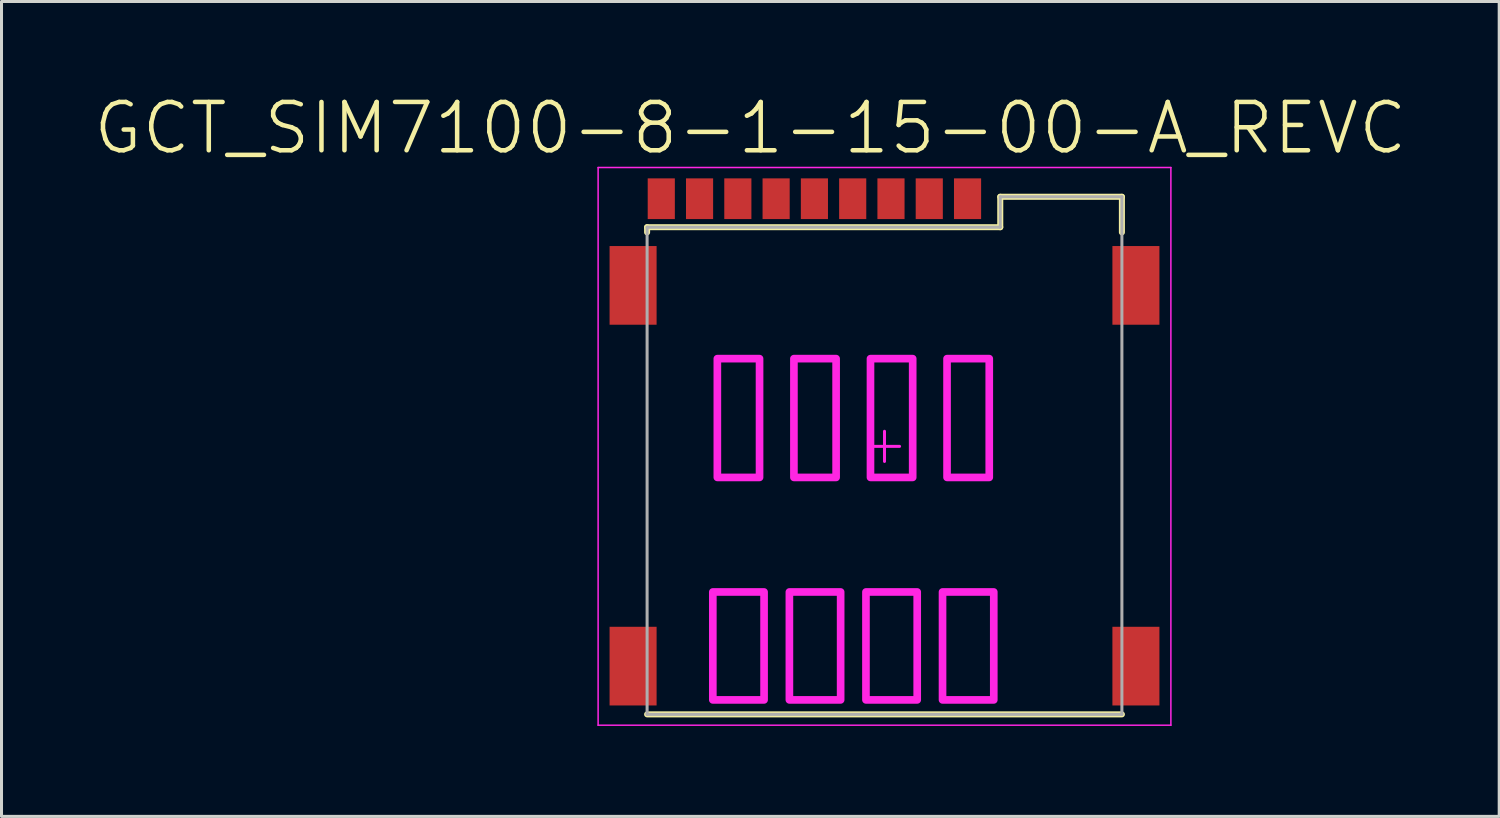
<source format=kicad_pcb>
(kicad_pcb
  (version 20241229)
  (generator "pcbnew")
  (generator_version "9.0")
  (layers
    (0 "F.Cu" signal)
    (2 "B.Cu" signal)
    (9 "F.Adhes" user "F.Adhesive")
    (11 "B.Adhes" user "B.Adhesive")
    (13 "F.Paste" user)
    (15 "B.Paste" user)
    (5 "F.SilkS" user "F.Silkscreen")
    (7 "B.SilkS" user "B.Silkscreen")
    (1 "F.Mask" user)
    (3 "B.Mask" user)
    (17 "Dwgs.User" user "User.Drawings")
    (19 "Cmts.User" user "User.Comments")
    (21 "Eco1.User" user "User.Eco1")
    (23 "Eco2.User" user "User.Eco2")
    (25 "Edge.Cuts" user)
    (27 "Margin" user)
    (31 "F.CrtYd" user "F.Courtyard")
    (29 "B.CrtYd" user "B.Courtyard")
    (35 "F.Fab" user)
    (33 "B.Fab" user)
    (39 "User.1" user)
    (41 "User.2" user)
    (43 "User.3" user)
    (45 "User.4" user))
  (footprint "GCT_SIM7100-8-1-15-00-A_REVC"
    (layer "F.Cu")
    (at 26.291 11.757)
    (property "Reference" "GCT_SIM7100-8-1-15-00-A_REVC" (at -4.45 -10.556 0) (layer "F.SilkS") (effects (font (size 1.602 1.602) (thickness 0.15))))
    (attr smd)
    (fp_line (start -7.875 -7.27) (end 3.84 -7.27) (stroke (width 0.2) (type solid)) (layer "F.SilkS"))
    (fp_line (start -7.875 -7.1) (end -7.875 -7.27) (stroke (width 0.2) (type solid)) (layer "F.SilkS"))
    (fp_line (start -7.875 8.89) (end 7.875 8.89) (stroke (width 0.2) (type solid)) (layer "F.SilkS"))
    (fp_line (start 3.84 -8.28) (end 7.875 -8.28) (stroke (width 0.2) (type solid)) (layer "F.SilkS"))
    (fp_line (start 3.84 -7.27) (end 3.84 -8.28) (stroke (width 0.2) (type solid)) (layer "F.SilkS"))
    (fp_line (start 7.875 -7.1) (end 7.875 -8.28) (stroke (width 0.2) (type solid)) (layer "F.SilkS"))
    (fp_line (start -9.5 -9.25) (end 9.5 -9.25) (stroke (width 0.05) (type solid)) (layer "F.CrtYd"))
    (fp_line (start -9.5 9.25) (end -9.5 -9.25) (stroke (width 0.05) (type solid)) (layer "F.CrtYd"))
    (fp_line (start -9.5 9.25) (end 9.5 9.25) (stroke (width 0.05) (type solid)) (layer "F.CrtYd"))
    (fp_line (start -0.5 0) (end 0.5 0) (stroke (width 0.1) (type solid)) (layer "F.CrtYd"))
    (fp_line (start 0 0.5) (end 0 -0.5) (stroke (width 0.1) (type solid)) (layer "F.CrtYd"))
    (fp_line (start 9.5 9.25) (end 9.5 -9.25) (stroke (width 0.05) (type solid)) (layer "F.CrtYd"))
    (fp_poly (pts (xy -5.695 8.41) (xy -3.995 8.41) (xy -3.995 4.83) (xy -5.695 4.83)) (stroke (width 0.254) (type solid)) (fill no) (layer "F.CrtYd"))
    (fp_poly (pts (xy -5.545 1.03) (xy -4.145 1.03) (xy -4.145 -2.91) (xy -5.545 -2.91)) (stroke (width 0.254) (type solid)) (fill no) (layer "F.CrtYd"))
    (fp_poly (pts (xy -3.155 8.41) (xy -1.455 8.41) (xy -1.455 4.83) (xy -3.155 4.83)) (stroke (width 0.254) (type solid)) (fill no) (layer "F.CrtYd"))
    (fp_poly (pts (xy -3.005 1.03) (xy -1.605 1.03) (xy -1.605 -2.91) (xy -3.005 -2.91)) (stroke (width 0.254) (type solid)) (fill no) (layer "F.CrtYd"))
    (fp_poly (pts (xy -0.615 8.41) (xy 1.085 8.41) (xy 1.085 4.83) (xy -0.615 4.83)) (stroke (width 0.254) (type solid)) (fill no) (layer "F.CrtYd"))
    (fp_poly (pts (xy -0.465 1.03) (xy 0.935 1.03) (xy 0.935 -2.91) (xy -0.465 -2.91)) (stroke (width 0.254) (type solid)) (fill no) (layer "F.CrtYd"))
    (fp_poly (pts (xy 1.925 8.41) (xy 3.625 8.41) (xy 3.625 4.83) (xy 1.925 4.83)) (stroke (width 0.254) (type solid)) (fill no) (layer "F.CrtYd"))
    (fp_poly (pts (xy 2.075 1.03) (xy 3.475 1.03) (xy 3.475 -2.91) (xy 2.075 -2.91)) (stroke (width 0.254) (type solid)) (fill no) (layer "F.CrtYd"))
    (fp_line (start -7.875 -7.27) (end 3.84 -7.27) (stroke (width 0.1) (type solid)) (layer "F.Fab"))
    (fp_line (start -7.875 8.89) (end -7.875 -7.27) (stroke (width 0.1) (type solid)) (layer "F.Fab"))
    (fp_line (start -7.875 8.89) (end 7.875 8.89) (stroke (width 0.1) (type solid)) (layer "F.Fab"))
    (fp_line (start 3.84 -8.28) (end 7.875 -8.28) (stroke (width 0.1) (type solid)) (layer "F.Fab"))
    (fp_line (start 3.84 -7.27) (end 3.84 -8.28) (stroke (width 0.1) (type solid)) (layer "F.Fab"))
    (fp_line (start 7.875 8.89) (end 7.875 -8.28) (stroke (width 0.1) (type solid)) (layer "F.Fab"))
    (pad "1" smd rect (at -8.34 -5.34) (size 1.56 2.61) (layers "F.Cu" "F.Mask" "F.Paste"))
    (pad "2" smd rect (at -8.34 7.29) (size 1.56 2.61) (layers "F.Cu" "F.Mask" "F.Paste"))
    (pad "3" smd rect (at 8.34 7.29) (size 1.56 2.61) (layers "F.Cu" "F.Mask" "F.Paste"))
    (pad "4" smd rect (at 8.34 -5.34) (size 1.56 2.61) (layers "F.Cu" "F.Mask" "F.Paste"))
    (pad "C1" smd rect (at 2.755 -8.215) (size 0.9 1.35) (layers "F.Cu" "F.Mask" "F.Paste"))
    (pad "C2" smd rect (at 0.215 -8.215) (size 0.9 1.35) (layers "F.Cu" "F.Mask" "F.Paste"))
    (pad "C3" smd rect (at -2.325 -8.215) (size 0.9 1.35) (layers "F.Cu" "F.Mask" "F.Paste"))
    (pad "C4" smd rect (at -4.865 -8.215) (size 0.9 1.35) (layers "F.Cu" "F.Mask" "F.Paste"))
    (pad "C5" smd rect (at 1.485 -8.215) (size 0.9 1.35) (layers "F.Cu" "F.Mask" "F.Paste"))
    (pad "C6" smd rect (at -1.055 -8.215) (size 0.9 1.35) (layers "F.Cu" "F.Mask" "F.Paste"))
    (pad "C7" smd rect (at -3.595 -8.215) (size 0.9 1.35) (layers "F.Cu" "F.Mask" "F.Paste"))
    (pad "C8" smd rect (at -6.135 -8.215) (size 0.9 1.35) (layers "F.Cu" "F.Mask" "F.Paste"))
    (pad "CD" smd rect (at -7.405 -8.215) (size 0.9 1.35) (layers "F.Cu" "F.Mask" "F.Paste")))
  (gr_rect
    (start -3 -3)
    (end 46.682 24.032)
    (stroke (width 0.1) (type default))
    (fill no)
    (layer "Edge.Cuts")))
</source>
